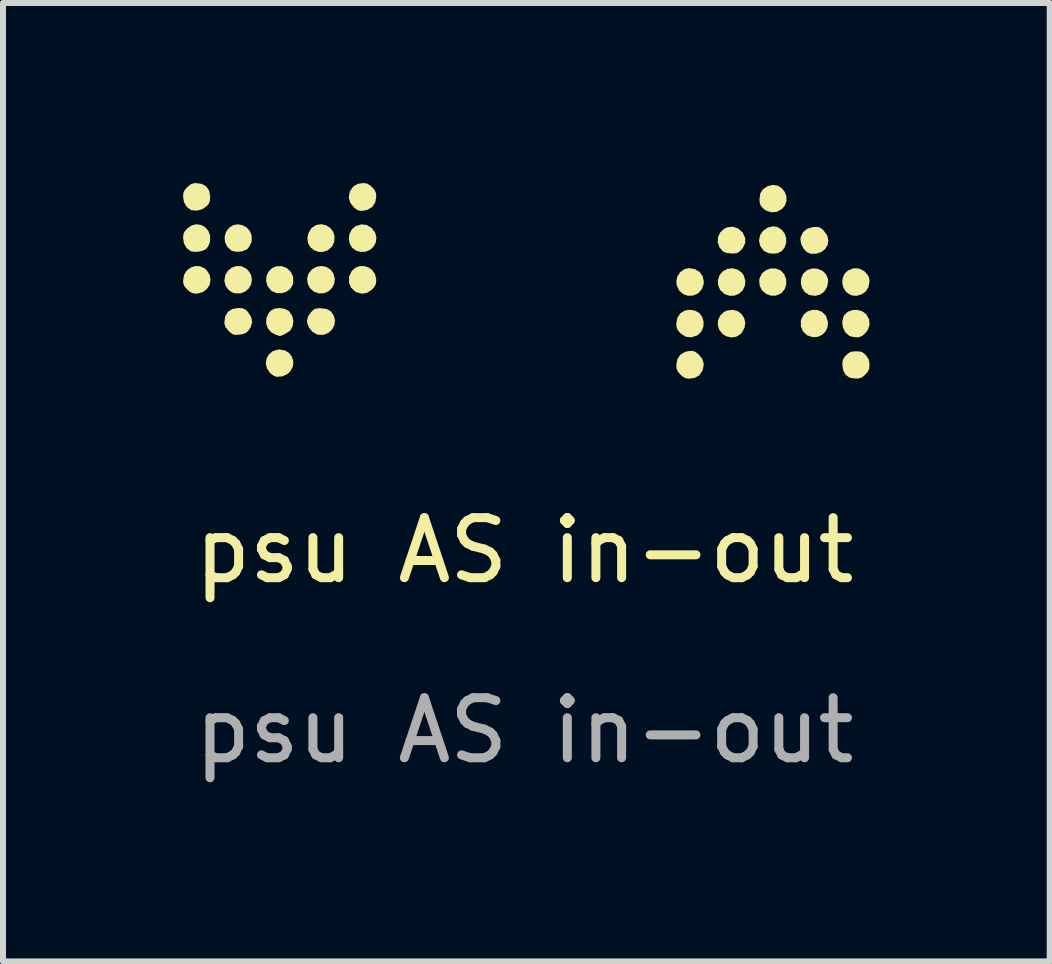
<source format=kicad_pcb>
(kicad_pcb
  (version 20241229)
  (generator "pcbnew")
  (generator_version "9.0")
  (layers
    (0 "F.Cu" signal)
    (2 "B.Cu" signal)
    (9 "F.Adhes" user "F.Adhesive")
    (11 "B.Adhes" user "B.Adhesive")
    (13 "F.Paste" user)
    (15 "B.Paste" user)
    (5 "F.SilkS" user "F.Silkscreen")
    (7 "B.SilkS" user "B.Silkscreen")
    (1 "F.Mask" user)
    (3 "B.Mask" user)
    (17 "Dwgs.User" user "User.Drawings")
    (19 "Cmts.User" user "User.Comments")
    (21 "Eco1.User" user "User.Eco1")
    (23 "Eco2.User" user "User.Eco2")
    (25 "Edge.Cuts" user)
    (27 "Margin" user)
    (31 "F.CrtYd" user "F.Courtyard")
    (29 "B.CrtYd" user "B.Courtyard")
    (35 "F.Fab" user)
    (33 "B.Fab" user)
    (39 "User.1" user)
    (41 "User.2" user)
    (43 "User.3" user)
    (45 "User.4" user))
  (footprint "psu AS in-out"
    (layer "F.Cu")
    (at 5.687 6.619)
    (property "Reference" "psu AS in-out" (at 0 -0.5 0) (unlocked yes) (layer "F.SilkS") (effects (font (size 1 1) (thickness 0.15))))
    (attr smd)
    (fp_poly (pts (xy 2.839 -5.186) (xy 2.916 -5.139) (xy 2.968 -5.069) (xy 2.988 -4.983) (xy 2.984 -4.929) (xy 2.95 -4.842) (xy 2.889 -4.78) (xy 2.811 -4.745) (xy 2.723 -4.742) (xy 2.649 -4.767) (xy 2.578 -4.827) (xy 2.538 -4.912) (xy 2.53 -4.981) (xy 2.548 -5.064) (xy 2.595 -5.135) (xy 2.663 -5.184) (xy 2.741 -5.202)) (stroke (width 0) (type solid)) (fill yes) (layer "F.SilkS"))
    (fp_poly (pts (xy -3.303 -5.223) (xy -3.231 -5.179) (xy -3.186 -5.119) (xy -3.16 -5.03) (xy -3.167 -4.947) (xy -3.203 -4.874) (xy -3.261 -4.818) (xy -3.335 -4.785) (xy -3.42 -4.78) (xy -3.506 -4.809) (xy -3.57 -4.865) (xy -3.61 -4.941) (xy -3.621 -5.026) (xy -3.6 -5.107) (xy -3.599 -5.108) (xy -3.542 -5.18) (xy -3.467 -5.223) (xy -3.384 -5.238)) (stroke (width 0) (type solid)) (fill yes) (layer "F.SilkS"))
    (fp_poly (pts (xy -2.629 -5.921) (xy -2.548 -5.872) (xy -2.538 -5.862) (xy -2.484 -5.786) (xy -2.466 -5.706) (xy -2.477 -5.629) (xy -2.514 -5.56) (xy -2.571 -5.507) (xy -2.645 -5.476) (xy -2.73 -5.472) (xy -2.807 -5.494) (xy -2.872 -5.543) (xy -2.912 -5.614) (xy -2.926 -5.695) (xy -2.913 -5.777) (xy -2.875 -5.849) (xy -2.812 -5.902) (xy -2.717 -5.931)) (stroke (width 0) (type solid)) (fill yes) (layer "F.SilkS"))
    (fp_poly (pts (xy 3.551 -5.178) (xy 3.621 -5.127) (xy 3.653 -5.082) (xy 3.68 -4.993) (xy 3.673 -4.909) (xy 3.638 -4.836) (xy 3.581 -4.78) (xy 3.508 -4.746) (xy 3.426 -4.74) (xy 3.339 -4.768) (xy 3.328 -4.775) (xy 3.262 -4.836) (xy 3.227 -4.915) (xy 3.223 -5) (xy 3.25 -5.083) (xy 3.302 -5.147) (xy 3.382 -5.19) (xy 3.468 -5.2)) (stroke (width 0) (type solid)) (fill yes) (layer "F.SilkS"))
    (fp_poly (pts (xy 3.553 -4.485) (xy 3.617 -4.438) (xy 3.66 -4.372) (xy 3.679 -4.295) (xy 3.668 -4.212) (xy 3.625 -4.132) (xy 3.603 -4.106) (xy 3.529 -4.059) (xy 3.444 -4.046) (xy 3.357 -4.069) (xy 3.301 -4.105) (xy 3.245 -4.175) (xy 3.221 -4.256) (xy 3.227 -4.339) (xy 3.263 -4.414) (xy 3.325 -4.472) (xy 3.378 -4.496) (xy 3.472 -4.507)) (stroke (width 0) (type solid)) (fill yes) (layer "F.SilkS"))
    (fp_poly (pts (xy -4.715 -5.233) (xy -4.638 -5.196) (xy -4.604 -5.166) (xy -4.555 -5.089) (xy -4.54 -5.008) (xy -4.554 -4.93) (xy -4.594 -4.862) (xy -4.655 -4.81) (xy -4.731 -4.781) (xy -4.819 -4.782) (xy -4.87 -4.797) (xy -4.933 -4.842) (xy -4.979 -4.911) (xy -4.999 -4.99) (xy -4.999 -4.998) (xy -4.982 -5.089) (xy -4.937 -5.162) (xy -4.873 -5.212) (xy -4.796 -5.237)) (stroke (width 0) (type solid)) (fill yes) (layer "F.SilkS"))
    (fp_poly (pts (xy -4.038 -5.234) (xy -3.953 -5.2) (xy -3.89 -5.137) (xy -3.854 -5.056) (xy -3.851 -4.965) (xy -3.86 -4.925) (xy -3.903 -4.854) (xy -3.97 -4.806) (xy -4.051 -4.783) (xy -4.135 -4.787) (xy -4.21 -4.821) (xy -4.226 -4.835) (xy -4.282 -4.909) (xy -4.304 -4.99) (xy -4.297 -5.07) (xy -4.264 -5.143) (xy -4.209 -5.199) (xy -4.134 -5.233) (xy -4.045 -5.235)) (stroke (width 0) (type solid)) (fill yes) (layer "F.SilkS"))
    (fp_poly (pts (xy -3.31 -5.918) (xy -3.239 -5.875) (xy -3.187 -5.81) (xy -3.164 -5.737) (xy -3.168 -5.641) (xy -3.205 -5.561) (xy -3.27 -5.504) (xy -3.29 -5.494) (xy -3.363 -5.471) (xy -3.426 -5.472) (xy -3.496 -5.496) (xy -3.563 -5.545) (xy -3.604 -5.615) (xy -3.617 -5.698) (xy -3.6 -5.783) (xy -3.553 -5.861) (xy -3.542 -5.873) (xy -3.47 -5.92) (xy -3.39 -5.934)) (stroke (width 0) (type solid)) (fill yes) (layer "F.SilkS"))
    (fp_poly (pts (xy 2.843 -4.494) (xy 2.915 -4.452) (xy 2.963 -4.386) (xy 2.985 -4.308) (xy 2.981 -4.226) (xy 2.951 -4.15) (xy 2.893 -4.09) (xy 2.872 -4.078) (xy 2.778 -4.049) (xy 2.689 -4.059) (xy 2.609 -4.108) (xy 2.599 -4.118) (xy 2.554 -4.169) (xy 2.534 -4.218) (xy 2.53 -4.278) (xy 2.547 -4.373) (xy 2.594 -4.446) (xy 2.665 -4.493) (xy 2.754 -4.509)) (stroke (width 0) (type solid)) (fill yes) (layer "F.SilkS"))
    (fp_poly (pts (xy 4.223 -5.883) (xy 4.287 -5.841) (xy 4.334 -5.78) (xy 4.36 -5.706) (xy 4.362 -5.626) (xy 4.336 -5.548) (xy 4.288 -5.488) (xy 4.224 -5.453) (xy 4.144 -5.442) (xy 4.061 -5.453) (xy 3.992 -5.487) (xy 3.98 -5.498) (xy 3.926 -5.577) (xy 3.908 -5.662) (xy 3.924 -5.746) (xy 3.972 -5.82) (xy 4.05 -5.876) (xy 4.062 -5.881) (xy 4.147 -5.899)) (stroke (width 0) (type solid)) (fill yes) (layer "F.SilkS"))
    (fp_poly (pts (xy 4.264 -5.166) (xy 4.271 -5.162) (xy 4.329 -5.098) (xy 4.36 -5.018) (xy 4.362 -4.933) (xy 4.336 -4.852) (xy 4.282 -4.788) (xy 4.264 -4.776) (xy 4.183 -4.743) (xy 4.102 -4.744) (xy 4.028 -4.772) (xy 3.961 -4.827) (xy 3.92 -4.905) (xy 3.911 -4.996) (xy 3.918 -5.036) (xy 3.956 -5.112) (xy 4.02 -5.166) (xy 4.099 -5.196) (xy 4.184 -5.197)) (stroke (width 0) (type solid)) (fill yes) (layer "F.SilkS"))
    (fp_poly (pts (xy 4.877 -4.505) (xy 4.953 -4.476) (xy 5.014 -4.418) (xy 5.029 -4.393) (xy 5.057 -4.303) (xy 5.05 -4.219) (xy 5.016 -4.146) (xy 4.959 -4.09) (xy 4.885 -4.057) (xy 4.802 -4.052) (xy 4.714 -4.081) (xy 4.703 -4.088) (xy 4.639 -4.149) (xy 4.606 -4.23) (xy 4.605 -4.324) (xy 4.613 -4.355) (xy 4.654 -4.431) (xy 4.718 -4.482) (xy 4.796 -4.507)) (stroke (width 0) (type solid)) (fill yes) (layer "F.SilkS"))
    (fp_poly (pts (xy 4.888 -5.191) (xy 4.965 -5.157) (xy 5.023 -5.101) (xy 5.056 -5.026) (xy 5.06 -4.989) (xy 5.043 -4.891) (xy 4.997 -4.814) (xy 4.929 -4.762) (xy 4.845 -4.74) (xy 4.753 -4.753) (xy 4.739 -4.758) (xy 4.668 -4.806) (xy 4.623 -4.875) (xy 4.604 -4.956) (xy 4.612 -5.038) (xy 4.647 -5.113) (xy 4.71 -5.169) (xy 4.717 -5.173) (xy 4.803 -5.198)) (stroke (width 0) (type solid)) (fill yes) (layer "F.SilkS"))
    (fp_poly (pts (xy 5.572 -5.197) (xy 5.654 -5.156) (xy 5.679 -5.134) (xy 5.724 -5.08) (xy 5.744 -5.03) (xy 5.748 -4.981) (xy 5.731 -4.884) (xy 5.682 -4.809) (xy 5.613 -4.764) (xy 5.537 -4.741) (xy 5.47 -4.745) (xy 5.425 -4.759) (xy 5.358 -4.806) (xy 5.314 -4.875) (xy 5.295 -4.956) (xy 5.302 -5.038) (xy 5.336 -5.112) (xy 5.39 -5.163) (xy 5.483 -5.2)) (stroke (width 0) (type solid)) (fill yes) (layer "F.SilkS"))
    (fp_poly (pts (xy -5.403 -5.233) (xy -5.326 -5.197) (xy -5.294 -5.168) (xy -5.244 -5.089) (xy -5.229 -5.005) (xy -5.245 -4.924) (xy -5.29 -4.855) (xy -5.358 -4.803) (xy -5.447 -4.779) (xy -5.472 -4.777) (xy -5.531 -4.785) (xy -5.582 -4.814) (xy -5.618 -4.846) (xy -5.664 -4.899) (xy -5.683 -4.949) (xy -5.687 -5) (xy -5.67 -5.09) (xy -5.626 -5.162) (xy -5.561 -5.212) (xy -5.484 -5.237)) (stroke (width 0) (type solid)) (fill yes) (layer "F.SilkS"))
    (fp_poly (pts (xy -4.696 -5.917) (xy -4.629 -5.88) (xy -4.577 -5.824) (xy -4.546 -5.75) (xy -4.543 -5.663) (xy -4.552 -5.625) (xy -4.58 -5.565) (xy -4.617 -5.52) (xy -4.625 -5.514) (xy -4.701 -5.482) (xy -4.787 -5.473) (xy -4.866 -5.488) (xy -4.882 -5.496) (xy -4.949 -5.555) (xy -4.988 -5.635) (xy -4.995 -5.724) (xy -4.97 -5.808) (xy -4.915 -5.88) (xy -4.846 -5.92) (xy -4.771 -5.932)) (stroke (width 0) (type solid)) (fill yes) (layer "F.SilkS"))
    (fp_poly (pts (xy -3.987 -3.83) (xy -3.917 -3.785) (xy -3.871 -3.72) (xy -3.85 -3.643) (xy -3.858 -3.563) (xy -3.896 -3.488) (xy -3.947 -3.439) (xy -4.034 -3.398) (xy -4.128 -3.392) (xy -4.142 -3.395) (xy -4.187 -3.415) (xy -4.235 -3.452) (xy -4.237 -3.454) (xy -4.29 -3.531) (xy -4.309 -3.614) (xy -4.296 -3.695) (xy -4.256 -3.766) (xy -4.191 -3.819) (xy -4.105 -3.845) (xy -4.077 -3.846)) (stroke (width 0) (type solid)) (fill yes) (layer "F.SilkS"))
    (fp_poly (pts (xy -3.296 -4.522) (xy -3.227 -4.483) (xy -3.18 -4.419) (xy -3.156 -4.334) (xy -3.166 -4.252) (xy -3.205 -4.18) (xy -3.265 -4.124) (xy -3.342 -4.092) (xy -3.428 -4.091) (xy -3.461 -4.099) (xy -3.533 -4.143) (xy -3.59 -4.212) (xy -3.62 -4.294) (xy -3.623 -4.324) (xy -3.606 -4.396) (xy -3.56 -4.463) (xy -3.518 -4.506) (xy -3.478 -4.527) (xy -3.424 -4.534) (xy -3.393 -4.534)) (stroke (width 0) (type solid)) (fill yes) (layer "F.SilkS"))
    (fp_poly (pts (xy -2.596 -5.213) (xy -2.533 -5.167) (xy -2.488 -5.099) (xy -2.469 -5.009) (xy -2.469 -5) (xy -2.475 -4.938) (xy -2.5 -4.889) (xy -2.538 -4.846) (xy -2.617 -4.792) (xy -2.705 -4.776) (xy -2.797 -4.8) (xy -2.826 -4.816) (xy -2.889 -4.877) (xy -2.922 -4.958) (xy -2.922 -5.05) (xy -2.917 -5.071) (xy -2.877 -5.154) (xy -2.818 -5.208) (xy -2.746 -5.235) (xy -2.67 -5.236)) (stroke (width 0) (type solid)) (fill yes) (layer "F.SilkS"))
    (fp_poly (pts (xy 3.559 -5.863) (xy 3.629 -5.802) (xy 3.638 -5.79) (xy 3.678 -5.703) (xy 3.678 -5.618) (xy 3.637 -5.536) (xy 3.621 -5.517) (xy 3.578 -5.474) (xy 3.539 -5.452) (xy 3.484 -5.446) (xy 3.454 -5.446) (xy 3.363 -5.456) (xy 3.306 -5.481) (xy 3.247 -5.552) (xy 3.22 -5.634) (xy 3.225 -5.718) (xy 3.26 -5.795) (xy 3.323 -5.855) (xy 3.384 -5.883) (xy 3.474 -5.891)) (stroke (width 0) (type solid)) (fill yes) (layer "F.SilkS"))
    (fp_poly (pts (xy 4.224 -6.574) (xy 4.288 -6.533) (xy 4.336 -6.473) (xy 4.364 -6.4) (xy 4.366 -6.322) (xy 4.34 -6.246) (xy 4.288 -6.185) (xy 4.206 -6.14) (xy 4.117 -6.132) (xy 4.029 -6.159) (xy 3.982 -6.192) (xy 3.941 -6.235) (xy 3.922 -6.277) (xy 3.916 -6.337) (xy 3.916 -6.352) (xy 3.929 -6.445) (xy 3.971 -6.514) (xy 4.046 -6.564) (xy 4.062 -6.571) (xy 4.147 -6.589)) (stroke (width 0) (type solid)) (fill yes) (layer "F.SilkS"))
    (fp_poly (pts (xy 4.919 -5.881) (xy 4.958 -5.854) (xy 4.988 -5.824) (xy 5.044 -5.746) (xy 5.063 -5.665) (xy 5.051 -5.588) (xy 5.01 -5.52) (xy 4.945 -5.47) (xy 4.859 -5.442) (xy 4.772 -5.441) (xy 4.708 -5.467) (xy 4.653 -5.522) (xy 4.614 -5.594) (xy 4.598 -5.672) (xy 4.602 -5.718) (xy 4.642 -5.801) (xy 4.71 -5.858) (xy 4.806 -5.885) (xy 4.813 -5.886) (xy 4.877 -5.889)) (stroke (width 0) (type solid)) (fill yes) (layer "F.SilkS"))
    (fp_poly (pts (xy 5.632 -4.481) (xy 5.696 -4.431) (xy 5.742 -4.348) (xy 5.75 -4.26) (xy 5.722 -4.173) (xy 5.679 -4.118) (xy 5.625 -4.072) (xy 5.574 -4.052) (xy 5.532 -4.049) (xy 5.468 -4.057) (xy 5.414 -4.073) (xy 5.409 -4.076) (xy 5.346 -4.132) (xy 5.307 -4.21) (xy 5.294 -4.299) (xy 5.311 -4.384) (xy 5.329 -4.42) (xy 5.387 -4.475) (xy 5.465 -4.504) (xy 5.55 -4.506)) (stroke (width 0) (type solid)) (fill yes) (layer "F.SilkS"))
    (fp_poly (pts (xy -5.385 -5.921) (xy -5.317 -5.882) (xy -5.265 -5.821) (xy -5.236 -5.743) (xy -5.237 -5.65) (xy -5.243 -5.625) (xy -5.27 -5.563) (xy -5.308 -5.517) (xy -5.313 -5.514) (xy -5.379 -5.486) (xy -5.458 -5.473) (xy -5.532 -5.477) (xy -5.558 -5.484) (xy -5.626 -5.534) (xy -5.671 -5.611) (xy -5.687 -5.703) (xy -5.682 -5.767) (xy -5.66 -5.815) (xy -5.618 -5.862) (xy -5.542 -5.915) (xy -5.462 -5.933)) (stroke (width 0) (type solid)) (fill yes) (layer "F.SilkS"))
    (fp_poly (pts (xy -5.374 -6.605) (xy -5.299 -6.561) (xy -5.252 -6.49) (xy -5.235 -6.391) (xy -5.235 -6.383) (xy -5.241 -6.316) (xy -5.266 -6.265) (xy -5.296 -6.232) (xy -5.368 -6.183) (xy -5.454 -6.16) (xy -5.537 -6.165) (xy -5.558 -6.172) (xy -5.626 -6.222) (xy -5.671 -6.299) (xy -5.687 -6.391) (xy -5.682 -6.455) (xy -5.66 -6.504) (xy -5.618 -6.55) (xy -5.561 -6.598) (xy -5.506 -6.617) (xy -5.478 -6.619)) (stroke (width 0) (type solid)) (fill yes) (layer "F.SilkS"))
    (fp_poly (pts (xy -2.625 -6.612) (xy -2.574 -6.583) (xy -2.538 -6.55) (xy -2.493 -6.498) (xy -2.473 -6.449) (xy -2.469 -6.393) (xy -2.486 -6.296) (xy -2.536 -6.221) (xy -2.612 -6.174) (xy -2.674 -6.16) (xy -2.736 -6.156) (xy -2.78 -6.169) (xy -2.828 -6.203) (xy -2.838 -6.212) (xy -2.902 -6.29) (xy -2.927 -6.375) (xy -2.912 -6.467) (xy -2.9 -6.494) (xy -2.848 -6.566) (xy -2.774 -6.607) (xy -2.685 -6.619)) (stroke (width 0) (type solid)) (fill yes) (layer "F.SilkS"))
    (fp_poly (pts (xy 2.841 -3.811) (xy 2.889 -3.776) (xy 2.899 -3.768) (xy 2.963 -3.69) (xy 2.988 -3.605) (xy 2.973 -3.513) (xy 2.961 -3.486) (xy 2.908 -3.413) (xy 2.835 -3.373) (xy 2.745 -3.361) (xy 2.686 -3.368) (xy 2.635 -3.396) (xy 2.599 -3.429) (xy 2.554 -3.481) (xy 2.534 -3.531) (xy 2.53 -3.587) (xy 2.547 -3.684) (xy 2.596 -3.758) (xy 2.673 -3.806) (xy 2.734 -3.82) (xy 2.796 -3.823)) (stroke (width 0) (type solid)) (fill yes) (layer "F.SilkS"))
    (fp_poly (pts (xy -4.695 -4.533) (xy -4.65 -4.513) (xy -4.61 -4.476) (xy -4.553 -4.389) (xy -4.536 -4.303) (xy -4.56 -4.218) (xy -4.601 -4.158) (xy -4.643 -4.122) (xy -4.7 -4.101) (xy -4.752 -4.094) (xy -4.816 -4.09) (xy -4.858 -4.099) (xy -4.897 -4.126) (xy -4.928 -4.156) (xy -4.976 -4.213) (xy -4.996 -4.265) (xy -4.999 -4.299) (xy -4.984 -4.401) (xy -4.938 -4.475) (xy -4.865 -4.521) (xy -4.764 -4.538) (xy -4.76 -4.538)) (stroke (width 0) (type solid)) (fill yes) (layer "F.SilkS"))
    (fp_poly (pts (xy -4 -4.526) (xy -3.931 -4.492) (xy -3.92 -4.482) (xy -3.868 -4.405) (xy -3.849 -4.317) (xy -3.863 -4.23) (xy -3.903 -4.163) (xy -3.932 -4.14) (xy -3.978 -4.112) (xy -4.026 -4.087) (xy -4.064 -4.072) (xy -4.076 -4.071) (xy -4.094 -4.077) (xy -4.136 -4.09) (xy -4.136 -4.09) (xy -4.219 -4.133) (xy -4.275 -4.199) (xy -4.303 -4.28) (xy -4.3 -4.366) (xy -4.265 -4.449) (xy -4.227 -4.492) (xy -4.164 -4.527) (xy -4.083 -4.538)) (stroke (width 0) (type solid)) (fill yes) (layer "F.SilkS"))
    (fp_poly (pts (xy 5.593 -3.813) (xy 5.637 -3.797) (xy 5.677 -3.762) (xy 5.689 -3.75) (xy 5.73 -3.693) (xy 5.746 -3.633) (xy 5.748 -3.591) (xy 5.743 -3.526) (xy 5.721 -3.478) (xy 5.679 -3.429) (xy 5.626 -3.384) (xy 5.576 -3.365) (xy 5.532 -3.362) (xy 5.468 -3.367) (xy 5.415 -3.379) (xy 5.41 -3.381) (xy 5.351 -3.425) (xy 5.311 -3.498) (xy 5.296 -3.59) (xy 5.296 -3.596) (xy 5.302 -3.663) (xy 5.326 -3.714) (xy 5.36 -3.752) (xy 5.407 -3.792) (xy 5.453 -3.811) (xy 5.518 -3.816) (xy 5.527 -3.816)) (stroke (width 0) (type solid)) (fill yes) (layer "F.SilkS"))
    (fp_text user "${REFERENCE}" (at 0 2.5 0) (unlocked yes) (layer "F.Fab") (effects (font (size 1 1) (thickness 0.15)))))
  (gr_rect
    (start -3 -3)
    (end 14.438 12.967)
    (stroke (width 0.1) (type default))
    (fill no)
    (layer "Edge.Cuts")))
</source>
